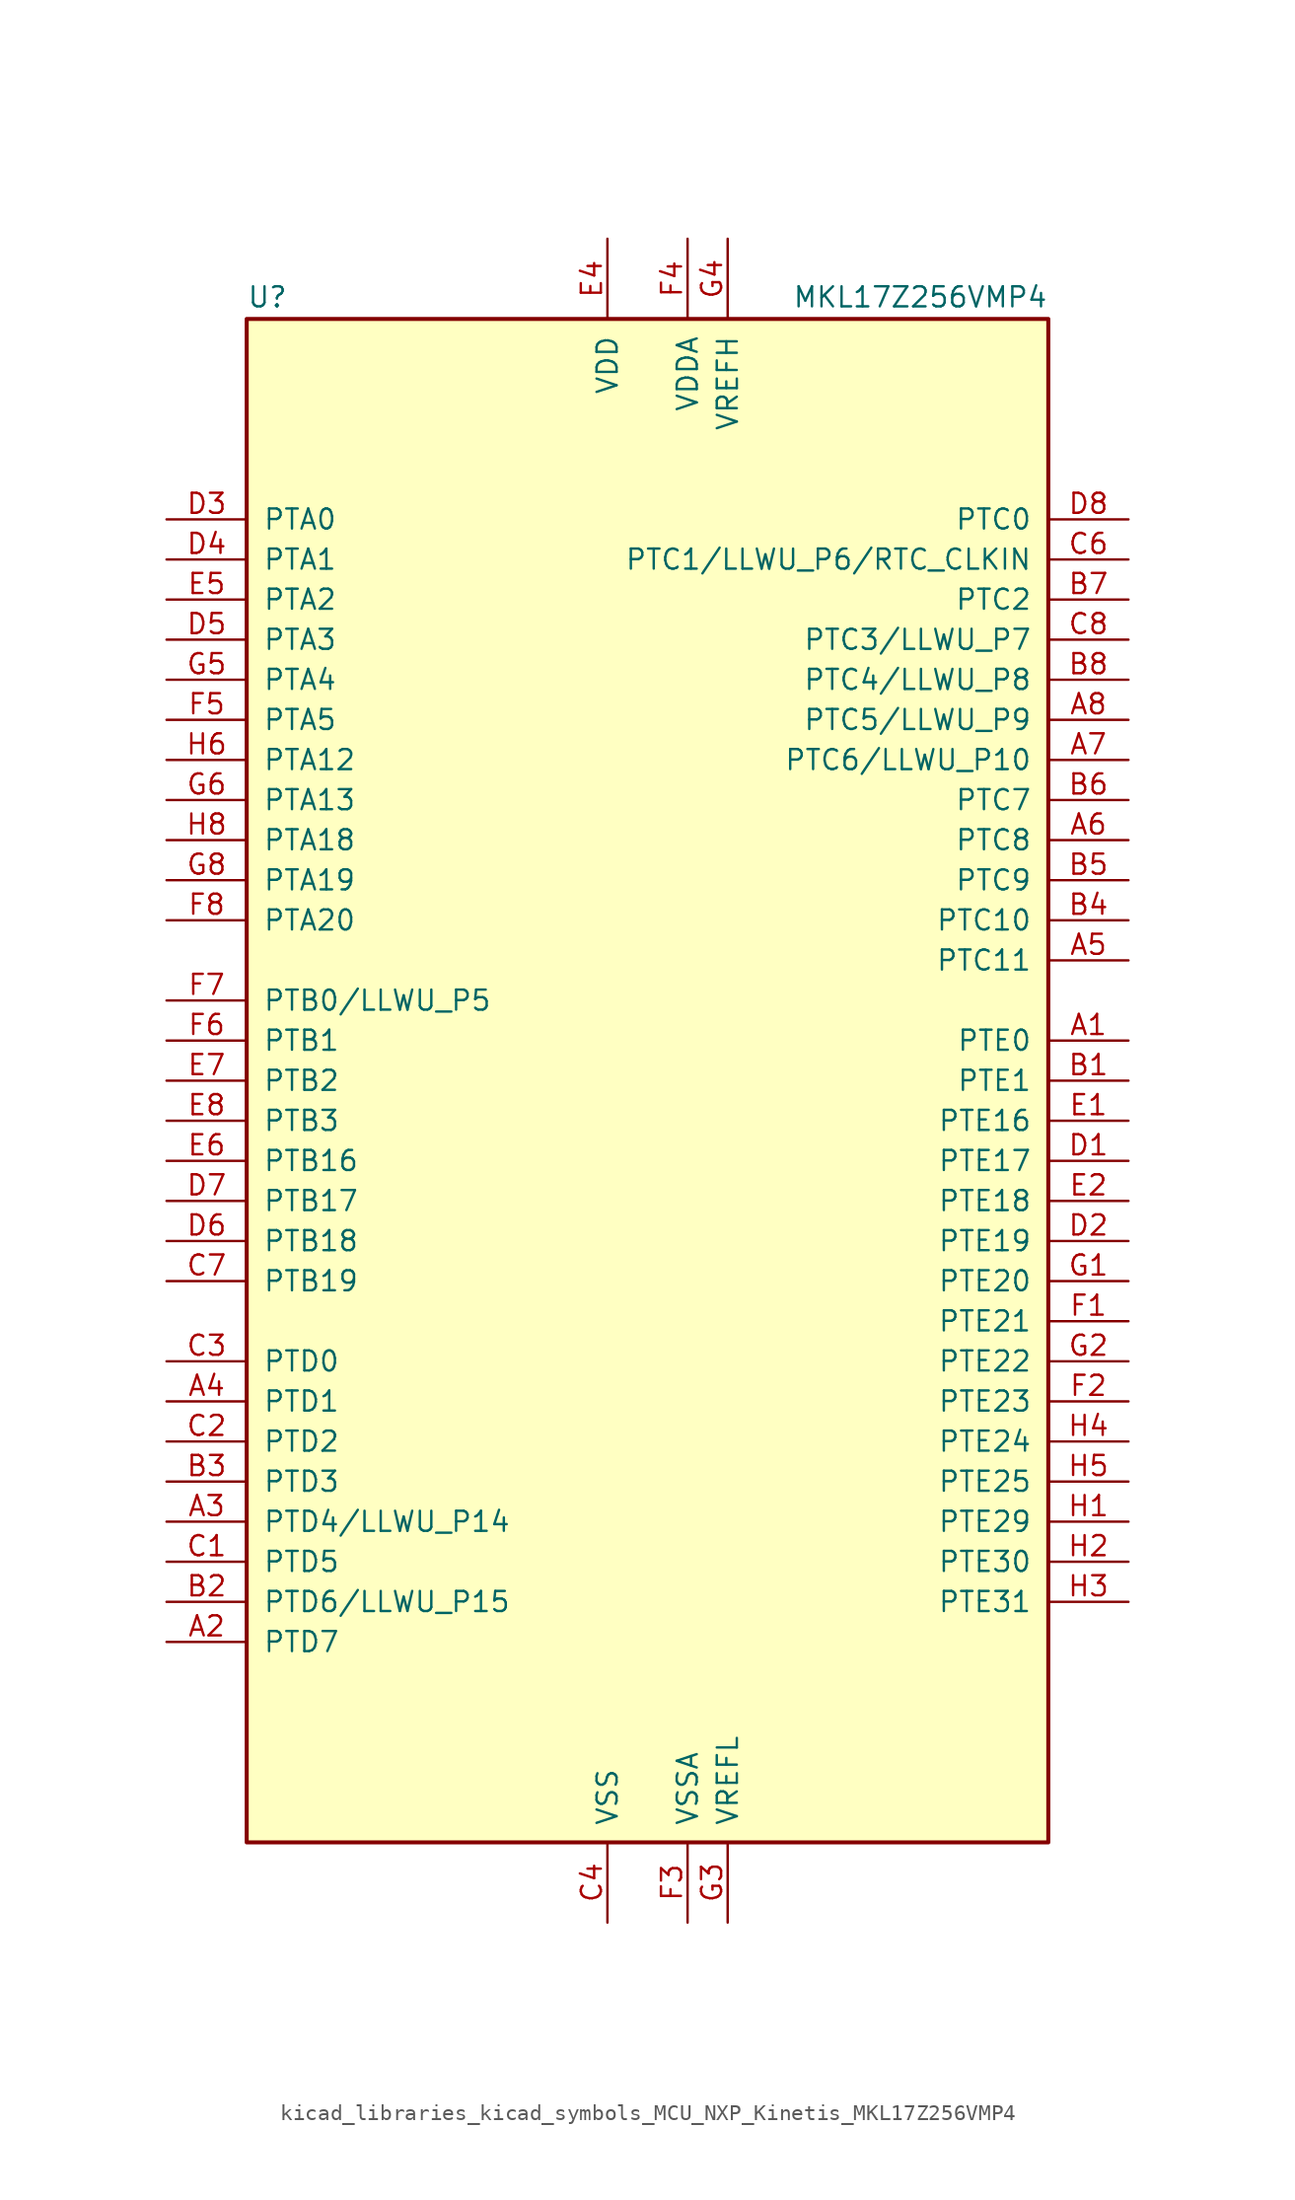
<source format=kicad_sym>
(kicad_symbol_lib
  (version 20220914)
  (generator kicad_symbol_editor)
  (symbol "kicad_libraries_kicad_symbols_MCU_NXP_Kinetis_MKL17Z256VMP4"
    (pin_names
      (offset 1.016))
    (property "Reference" "U"
      (at -25.4 48.895 0)
      (effects (font (size 1.27 1.27)) (justify left bottom)))
    (property "Value" "MKL17Z256VMP4"
      (at 25.4 48.895 0)
      (effects (font (size 1.27 1.27)) (justify right bottom)))
    (symbol "kicad_libraries_kicad_symbols_MCU_NXP_Kinetis_MKL17Z256VMP4_0_1"
      (rectangle (start -25.4 48.26) (end 25.4 -48.26) (stroke (width 0.254) (type default)) (fill (type background))))
    (symbol "kicad_libraries_kicad_symbols_MCU_NXP_Kinetis_MKL17Z256VMP4_1_1"
      (pin bidirectional line (at 30.48 2.54 180) (length 5.08) (name "PTE0" (effects (font (size 1.27 1.27)))) (number "A1" (effects (font (size 1.27 1.27)))))
      (pin bidirectional line (at -30.48 -35.56 0) (length 5.08) (name "PTD7" (effects (font (size 1.27 1.27)))) (number "A2" (effects (font (size 1.27 1.27)))))
      (pin bidirectional line (at -30.48 -27.94 0) (length 5.08) (name "PTD4/LLWU_P14" (effects (font (size 1.27 1.27)))) (number "A3" (effects (font (size 1.27 1.27)))))
      (pin bidirectional line (at -30.48 -20.32 0) (length 5.08) (name "PTD1" (effects (font (size 1.27 1.27)))) (number "A4" (effects (font (size 1.27 1.27)))))
      (pin bidirectional line (at 30.48 7.62 180) (length 5.08) (name "PTC11" (effects (font (size 1.27 1.27)))) (number "A5" (effects (font (size 1.27 1.27)))))
      (pin bidirectional line (at 30.48 15.24 180) (length 5.08) (name "PTC8" (effects (font (size 1.27 1.27)))) (number "A6" (effects (font (size 1.27 1.27)))))
      (pin bidirectional line (at 30.48 20.32 180) (length 5.08) (name "PTC6/LLWU_P10" (effects (font (size 1.27 1.27)))) (number "A7" (effects (font (size 1.27 1.27)))))
      (pin bidirectional line (at 30.48 22.86 180) (length 5.08) (name "PTC5/LLWU_P9" (effects (font (size 1.27 1.27)))) (number "A8" (effects (font (size 1.27 1.27)))))
      (pin bidirectional line (at 30.48 0 180) (length 5.08) (name "PTE1" (effects (font (size 1.27 1.27)))) (number "B1" (effects (font (size 1.27 1.27)))))
      (pin bidirectional line (at -30.48 -33.02 0) (length 5.08) (name "PTD6/LLWU_P15" (effects (font (size 1.27 1.27)))) (number "B2" (effects (font (size 1.27 1.27)))))
      (pin bidirectional line (at -30.48 -25.4 0) (length 5.08) (name "PTD3" (effects (font (size 1.27 1.27)))) (number "B3" (effects (font (size 1.27 1.27)))))
      (pin bidirectional line (at 30.48 10.16 180) (length 5.08) (name "PTC10" (effects (font (size 1.27 1.27)))) (number "B4" (effects (font (size 1.27 1.27)))))
      (pin bidirectional line (at 30.48 12.7 180) (length 5.08) (name "PTC9" (effects (font (size 1.27 1.27)))) (number "B5" (effects (font (size 1.27 1.27)))))
      (pin bidirectional line (at 30.48 17.78 180) (length 5.08) (name "PTC7" (effects (font (size 1.27 1.27)))) (number "B6" (effects (font (size 1.27 1.27)))))
      (pin bidirectional line (at 30.48 30.48 180) (length 5.08) (name "PTC2" (effects (font (size 1.27 1.27)))) (number "B7" (effects (font (size 1.27 1.27)))))
      (pin bidirectional line (at 30.48 25.4 180) (length 5.08) (name "PTC4/LLWU_P8" (effects (font (size 1.27 1.27)))) (number "B8" (effects (font (size 1.27 1.27)))))
      (pin bidirectional line (at -30.48 -30.48 0) (length 5.08) (name "PTD5" (effects (font (size 1.27 1.27)))) (number "C1" (effects (font (size 1.27 1.27)))))
      (pin bidirectional line (at -30.48 -22.86 0) (length 5.08) (name "PTD2" (effects (font (size 1.27 1.27)))) (number "C2" (effects (font (size 1.27 1.27)))))
      (pin bidirectional line (at -30.48 -17.78 0) (length 5.08) (name "PTD0" (effects (font (size 1.27 1.27)))) (number "C3" (effects (font (size 1.27 1.27)))))
      (pin power_in line (at -2.54 -53.34 90) (length 5.08) (name "VSS" (effects (font (size 1.27 1.27)))) (number "C4" (effects (font (size 1.27 1.27)))))
      (pin no_connect line (at -15.24 -48.26 90) (length 5.08) hide (name "NC" (effects (font (size 1.27 1.27)))) (number "C5" (effects (font (size 1.27 1.27)))))
      (pin bidirectional line (at 30.48 33.02 180) (length 5.08) (name "PTC1/LLWU_P6/RTC_CLKIN" (effects (font (size 1.27 1.27)))) (number "C6" (effects (font (size 1.27 1.27)))))
      (pin bidirectional line (at -30.48 -12.7 0) (length 5.08) (name "PTB19" (effects (font (size 1.27 1.27)))) (number "C7" (effects (font (size 1.27 1.27)))))
      (pin bidirectional line (at 30.48 27.94 180) (length 5.08) (name "PTC3/LLWU_P7" (effects (font (size 1.27 1.27)))) (number "C8" (effects (font (size 1.27 1.27)))))
      (pin bidirectional line (at 30.48 -5.08 180) (length 5.08) (name "PTE17" (effects (font (size 1.27 1.27)))) (number "D1" (effects (font (size 1.27 1.27)))))
      (pin bidirectional line (at 30.48 -10.16 180) (length 5.08) (name "PTE19" (effects (font (size 1.27 1.27)))) (number "D2" (effects (font (size 1.27 1.27)))))
      (pin bidirectional line (at -30.48 35.56 0) (length 5.08) (name "PTA0" (effects (font (size 1.27 1.27)))) (number "D3" (effects (font (size 1.27 1.27)))))
      (pin bidirectional line (at -30.48 33.02 0) (length 5.08) (name "PTA1" (effects (font (size 1.27 1.27)))) (number "D4" (effects (font (size 1.27 1.27)))))
      (pin bidirectional line (at -30.48 27.94 0) (length 5.08) (name "PTA3" (effects (font (size 1.27 1.27)))) (number "D5" (effects (font (size 1.27 1.27)))))
      (pin bidirectional line (at -30.48 -10.16 0) (length 5.08) (name "PTB18" (effects (font (size 1.27 1.27)))) (number "D6" (effects (font (size 1.27 1.27)))))
      (pin bidirectional line (at -30.48 -7.62 0) (length 5.08) (name "PTB17" (effects (font (size 1.27 1.27)))) (number "D7" (effects (font (size 1.27 1.27)))))
      (pin bidirectional line (at 30.48 35.56 180) (length 5.08) (name "PTC0" (effects (font (size 1.27 1.27)))) (number "D8" (effects (font (size 1.27 1.27)))))
      (pin bidirectional line (at 30.48 -2.54 180) (length 5.08) (name "PTE16" (effects (font (size 1.27 1.27)))) (number "E1" (effects (font (size 1.27 1.27)))))
      (pin bidirectional line (at 30.48 -7.62 180) (length 5.08) (name "PTE18" (effects (font (size 1.27 1.27)))) (number "E2" (effects (font (size 1.27 1.27)))))
      (pin passive line (at -2.54 -53.34 90) (length 5.08) hide (name "VSS" (effects (font (size 1.27 1.27)))) (number "E3" (effects (font (size 1.27 1.27)))))
      (pin power_in line (at -2.54 53.34 270) (length 5.08) (name "VDD" (effects (font (size 1.27 1.27)))) (number "E4" (effects (font (size 1.27 1.27)))))
      (pin bidirectional line (at -30.48 30.48 0) (length 5.08) (name "PTA2" (effects (font (size 1.27 1.27)))) (number "E5" (effects (font (size 1.27 1.27)))))
      (pin bidirectional line (at -30.48 -5.08 0) (length 5.08) (name "PTB16" (effects (font (size 1.27 1.27)))) (number "E6" (effects (font (size 1.27 1.27)))))
      (pin bidirectional line (at -30.48 0 0) (length 5.08) (name "PTB2" (effects (font (size 1.27 1.27)))) (number "E7" (effects (font (size 1.27 1.27)))))
      (pin bidirectional line (at -30.48 -2.54 0) (length 5.08) (name "PTB3" (effects (font (size 1.27 1.27)))) (number "E8" (effects (font (size 1.27 1.27)))))
      (pin bidirectional line (at 30.48 -15.24 180) (length 5.08) (name "PTE21" (effects (font (size 1.27 1.27)))) (number "F1" (effects (font (size 1.27 1.27)))))
      (pin bidirectional line (at 30.48 -20.32 180) (length 5.08) (name "PTE23" (effects (font (size 1.27 1.27)))) (number "F2" (effects (font (size 1.27 1.27)))))
      (pin power_in line (at 2.54 -53.34 90) (length 5.08) (name "VSSA" (effects (font (size 1.27 1.27)))) (number "F3" (effects (font (size 1.27 1.27)))))
      (pin power_in line (at 2.54 53.34 270) (length 5.08) (name "VDDA" (effects (font (size 1.27 1.27)))) (number "F4" (effects (font (size 1.27 1.27)))))
      (pin bidirectional line (at -30.48 22.86 0) (length 5.08) (name "PTA5" (effects (font (size 1.27 1.27)))) (number "F5" (effects (font (size 1.27 1.27)))))
      (pin bidirectional line (at -30.48 2.54 0) (length 5.08) (name "PTB1" (effects (font (size 1.27 1.27)))) (number "F6" (effects (font (size 1.27 1.27)))))
      (pin bidirectional line (at -30.48 5.08 0) (length 5.08) (name "PTB0/LLWU_P5" (effects (font (size 1.27 1.27)))) (number "F7" (effects (font (size 1.27 1.27)))))
      (pin bidirectional line (at -30.48 10.16 0) (length 5.08) (name "PTA20" (effects (font (size 1.27 1.27)))) (number "F8" (effects (font (size 1.27 1.27)))))
      (pin bidirectional line (at 30.48 -12.7 180) (length 5.08) (name "PTE20" (effects (font (size 1.27 1.27)))) (number "G1" (effects (font (size 1.27 1.27)))))
      (pin bidirectional line (at 30.48 -17.78 180) (length 5.08) (name "PTE22" (effects (font (size 1.27 1.27)))) (number "G2" (effects (font (size 1.27 1.27)))))
      (pin power_in line (at 5.08 -53.34 90) (length 5.08) (name "VREFL" (effects (font (size 1.27 1.27)))) (number "G3" (effects (font (size 1.27 1.27)))))
      (pin power_in line (at 5.08 53.34 270) (length 5.08) (name "VREFH" (effects (font (size 1.27 1.27)))) (number "G4" (effects (font (size 1.27 1.27)))))
      (pin bidirectional line (at -30.48 25.4 0) (length 5.08) (name "PTA4" (effects (font (size 1.27 1.27)))) (number "G5" (effects (font (size 1.27 1.27)))))
      (pin bidirectional line (at -30.48 17.78 0) (length 5.08) (name "PTA13" (effects (font (size 1.27 1.27)))) (number "G6" (effects (font (size 1.27 1.27)))))
      (pin passive line (at -2.54 53.34 270) (length 5.08) hide (name "VDD" (effects (font (size 1.27 1.27)))) (number "G7" (effects (font (size 1.27 1.27)))))
      (pin bidirectional line (at -30.48 12.7 0) (length 5.08) (name "PTA19" (effects (font (size 1.27 1.27)))) (number "G8" (effects (font (size 1.27 1.27)))))
      (pin bidirectional line (at 30.48 -27.94 180) (length 5.08) (name "PTE29" (effects (font (size 1.27 1.27)))) (number "H1" (effects (font (size 1.27 1.27)))))
      (pin bidirectional line (at 30.48 -30.48 180) (length 5.08) (name "PTE30" (effects (font (size 1.27 1.27)))) (number "H2" (effects (font (size 1.27 1.27)))))
      (pin bidirectional line (at 30.48 -33.02 180) (length 5.08) (name "PTE31" (effects (font (size 1.27 1.27)))) (number "H3" (effects (font (size 1.27 1.27)))))
      (pin bidirectional line (at 30.48 -22.86 180) (length 5.08) (name "PTE24" (effects (font (size 1.27 1.27)))) (number "H4" (effects (font (size 1.27 1.27)))))
      (pin bidirectional line (at 30.48 -25.4 180) (length 5.08) (name "PTE25" (effects (font (size 1.27 1.27)))) (number "H5" (effects (font (size 1.27 1.27)))))
      (pin bidirectional line (at -30.48 20.32 0) (length 5.08) (name "PTA12" (effects (font (size 1.27 1.27)))) (number "H6" (effects (font (size 1.27 1.27)))))
      (pin passive line (at -2.54 -53.34 90) (length 5.08) hide (name "VSS" (effects (font (size 1.27 1.27)))) (number "H7" (effects (font (size 1.27 1.27)))))
      (pin bidirectional line (at -30.48 15.24 0) (length 5.08) (name "PTA18" (effects (font (size 1.27 1.27)))) (number "H8" (effects (font (size 1.27 1.27))))))))
</source>
